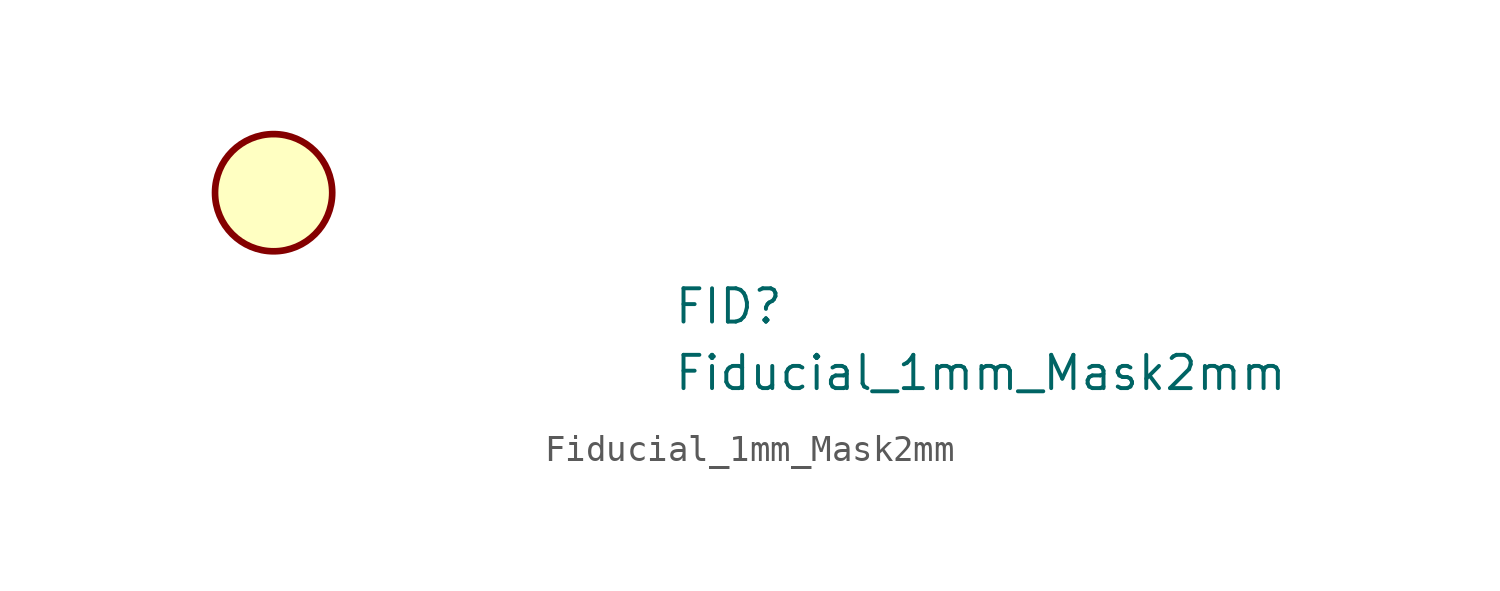
<source format=kicad_sym>
(kicad_symbol_lib
  (version 20211014)
  (generator kicad_symbol_editor)
  (symbol "Fiducial_1mm_Mask2mm"
    (property "Reference" "FID"
      (at 15.24 -5.08 0)
      (effects (font (size 1.27 1.27) (thickness 0.15)) (justify left bottom)))
    (property "Value" "Fiducial_1mm_Mask2mm"
      (at 15.24 -7.62 0)
      (effects (font (size 1.27 1.27) (thickness 0.15)) (justify left bottom)))
    (symbol "Fiducial_1mm_Mask2mm_1_1"
      (circle (center 0 0) (radius 2.236) (stroke (width 0.254) (type default) (color 0 0 0 0)) (fill (type background))))))
</source>
